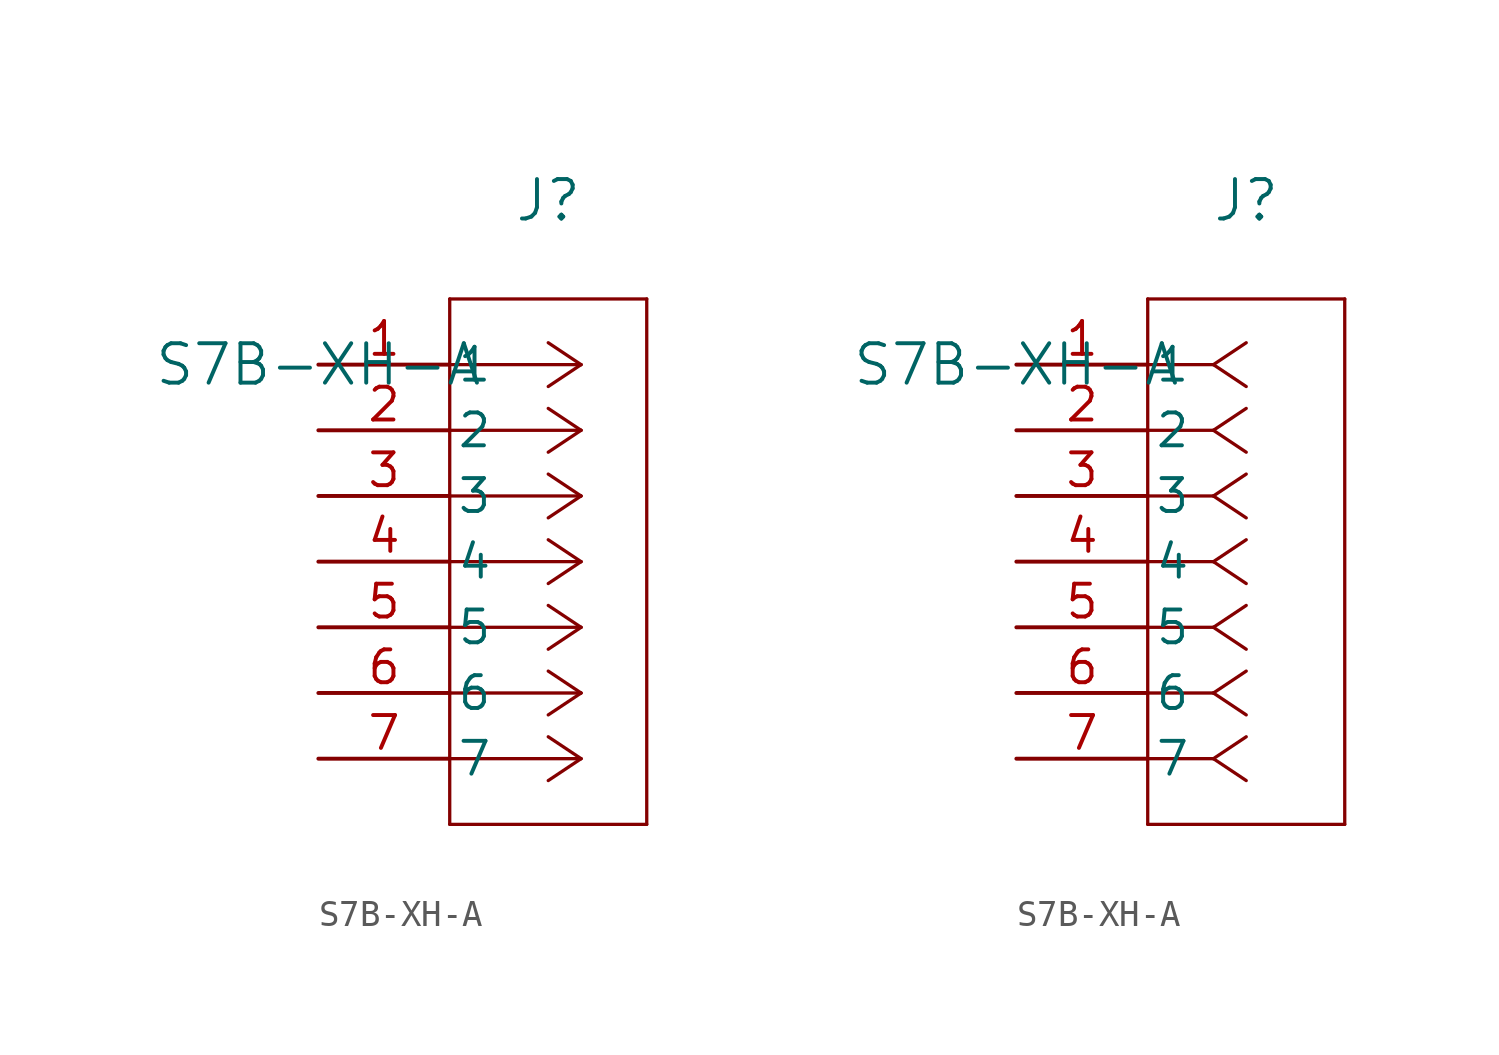
<source format=kicad_sym>
(kicad_symbol_lib
  (version 20211014)
  (generator kicad_symbol_editor)
  (symbol "S7B-XH-A"
    (pin_names
      (offset 0.254))
    (property "Reference" "J"
      (at 8.89 6.35 0)
      (effects (font (size 1.524 1.524))))
    (property "Value" "S7B-XH-A"
      (at 0 0 0)
      (effects (font (size 1.524 1.524))))
    (symbol "S7B-XH-A_1_1"
      (polyline (pts (xy 10.16 0) (xy 5.08 0)) (stroke (width 0.127) (type default) (color 0 0 0 0)) (fill (type none)))
      (polyline (pts (xy 10.16 -2.54) (xy 5.08 -2.54)) (stroke (width 0.127) (type default) (color 0 0 0 0)) (fill (type none)))
      (polyline (pts (xy 10.16 -5.08) (xy 5.08 -5.08)) (stroke (width 0.127) (type default) (color 0 0 0 0)) (fill (type none)))
      (polyline (pts (xy 10.16 -7.62) (xy 5.08 -7.62)) (stroke (width 0.127) (type default) (color 0 0 0 0)) (fill (type none)))
      (polyline (pts (xy 10.16 -10.16) (xy 5.08 -10.16)) (stroke (width 0.127) (type default) (color 0 0 0 0)) (fill (type none)))
      (polyline (pts (xy 10.16 -12.7) (xy 5.08 -12.7)) (stroke (width 0.127) (type default) (color 0 0 0 0)) (fill (type none)))
      (polyline (pts (xy 10.16 -15.24) (xy 5.08 -15.24)) (stroke (width 0.127) (type default) (color 0 0 0 0)) (fill (type none)))
      (polyline (pts (xy 10.16 0) (xy 8.89 0.847)) (stroke (width 0.127) (type default) (color 0 0 0 0)) (fill (type none)))
      (polyline (pts (xy 10.16 -2.54) (xy 8.89 -1.693)) (stroke (width 0.127) (type default) (color 0 0 0 0)) (fill (type none)))
      (polyline (pts (xy 10.16 -5.08) (xy 8.89 -4.233)) (stroke (width 0.127) (type default) (color 0 0 0 0)) (fill (type none)))
      (polyline (pts (xy 10.16 -7.62) (xy 8.89 -6.773)) (stroke (width 0.127) (type default) (color 0 0 0 0)) (fill (type none)))
      (polyline (pts (xy 10.16 -10.16) (xy 8.89 -9.313)) (stroke (width 0.127) (type default) (color 0 0 0 0)) (fill (type none)))
      (polyline (pts (xy 10.16 -12.7) (xy 8.89 -11.853)) (stroke (width 0.127) (type default) (color 0 0 0 0)) (fill (type none)))
      (polyline (pts (xy 10.16 -15.24) (xy 8.89 -14.393)) (stroke (width 0.127) (type default) (color 0 0 0 0)) (fill (type none)))
      (polyline (pts (xy 10.16 0) (xy 8.89 -0.847)) (stroke (width 0.127) (type default) (color 0 0 0 0)) (fill (type none)))
      (polyline (pts (xy 10.16 -2.54) (xy 8.89 -3.387)) (stroke (width 0.127) (type default) (color 0 0 0 0)) (fill (type none)))
      (polyline (pts (xy 10.16 -5.08) (xy 8.89 -5.927)) (stroke (width 0.127) (type default) (color 0 0 0 0)) (fill (type none)))
      (polyline (pts (xy 10.16 -7.62) (xy 8.89 -8.467)) (stroke (width 0.127) (type default) (color 0 0 0 0)) (fill (type none)))
      (polyline (pts (xy 10.16 -10.16) (xy 8.89 -11.007)) (stroke (width 0.127) (type default) (color 0 0 0 0)) (fill (type none)))
      (polyline (pts (xy 10.16 -12.7) (xy 8.89 -13.547)) (stroke (width 0.127) (type default) (color 0 0 0 0)) (fill (type none)))
      (polyline (pts (xy 10.16 -15.24) (xy 8.89 -16.087)) (stroke (width 0.127) (type default) (color 0 0 0 0)) (fill (type none)))
      (polyline (pts (xy 5.08 2.54) (xy 5.08 -17.78)) (stroke (width 0.127) (type default) (color 0 0 0 0)) (fill (type none)))
      (polyline (pts (xy 5.08 -17.78) (xy 12.7 -17.78)) (stroke (width 0.127) (type default) (color 0 0 0 0)) (fill (type none)))
      (polyline (pts (xy 12.7 -17.78) (xy 12.7 2.54)) (stroke (width 0.127) (type default) (color 0 0 0 0)) (fill (type none)))
      (polyline (pts (xy 12.7 2.54) (xy 5.08 2.54)) (stroke (width 0.127) (type default) (color 0 0 0 0)) (fill (type none)))
      (pin unspecified line (at 0 0 0) (length 5.08) (name "1" (effects (font (size 1.27 1.27)))) (number "1" (effects (font (size 1.27 1.27)))))
      (pin unspecified line (at 0 -2.54 0) (length 5.08) (name "2" (effects (font (size 1.27 1.27)))) (number "2" (effects (font (size 1.27 1.27)))))
      (pin unspecified line (at 0 -5.08 0) (length 5.08) (name "3" (effects (font (size 1.27 1.27)))) (number "3" (effects (font (size 1.27 1.27)))))
      (pin unspecified line (at 0 -7.62 0) (length 5.08) (name "4" (effects (font (size 1.27 1.27)))) (number "4" (effects (font (size 1.27 1.27)))))
      (pin unspecified line (at 0 -10.16 0) (length 5.08) (name "5" (effects (font (size 1.27 1.27)))) (number "5" (effects (font (size 1.27 1.27)))))
      (pin unspecified line (at 0 -12.7 0) (length 5.08) (name "6" (effects (font (size 1.27 1.27)))) (number "6" (effects (font (size 1.27 1.27)))))
      (pin unspecified line (at 0 -15.24 0) (length 5.08) (name "7" (effects (font (size 1.27 1.27)))) (number "7" (effects (font (size 1.27 1.27))))))
    (symbol "S7B-XH-A_1_2"
      (polyline (pts (xy 7.62 0) (xy 5.08 0)) (stroke (width 0.127) (type default) (color 0 0 0 0)) (fill (type none)))
      (polyline (pts (xy 7.62 -2.54) (xy 5.08 -2.54)) (stroke (width 0.127) (type default) (color 0 0 0 0)) (fill (type none)))
      (polyline (pts (xy 7.62 -5.08) (xy 5.08 -5.08)) (stroke (width 0.127) (type default) (color 0 0 0 0)) (fill (type none)))
      (polyline (pts (xy 7.62 -7.62) (xy 5.08 -7.62)) (stroke (width 0.127) (type default) (color 0 0 0 0)) (fill (type none)))
      (polyline (pts (xy 7.62 -10.16) (xy 5.08 -10.16)) (stroke (width 0.127) (type default) (color 0 0 0 0)) (fill (type none)))
      (polyline (pts (xy 7.62 -12.7) (xy 5.08 -12.7)) (stroke (width 0.127) (type default) (color 0 0 0 0)) (fill (type none)))
      (polyline (pts (xy 7.62 -15.24) (xy 5.08 -15.24)) (stroke (width 0.127) (type default) (color 0 0 0 0)) (fill (type none)))
      (polyline (pts (xy 7.62 0) (xy 8.89 0.847)) (stroke (width 0.127) (type default) (color 0 0 0 0)) (fill (type none)))
      (polyline (pts (xy 7.62 -2.54) (xy 8.89 -1.693)) (stroke (width 0.127) (type default) (color 0 0 0 0)) (fill (type none)))
      (polyline (pts (xy 7.62 -5.08) (xy 8.89 -4.233)) (stroke (width 0.127) (type default) (color 0 0 0 0)) (fill (type none)))
      (polyline (pts (xy 7.62 -7.62) (xy 8.89 -6.773)) (stroke (width 0.127) (type default) (color 0 0 0 0)) (fill (type none)))
      (polyline (pts (xy 7.62 -10.16) (xy 8.89 -9.313)) (stroke (width 0.127) (type default) (color 0 0 0 0)) (fill (type none)))
      (polyline (pts (xy 7.62 -12.7) (xy 8.89 -11.853)) (stroke (width 0.127) (type default) (color 0 0 0 0)) (fill (type none)))
      (polyline (pts (xy 7.62 -15.24) (xy 8.89 -14.393)) (stroke (width 0.127) (type default) (color 0 0 0 0)) (fill (type none)))
      (polyline (pts (xy 7.62 0) (xy 8.89 -0.847)) (stroke (width 0.127) (type default) (color 0 0 0 0)) (fill (type none)))
      (polyline (pts (xy 7.62 -2.54) (xy 8.89 -3.387)) (stroke (width 0.127) (type default) (color 0 0 0 0)) (fill (type none)))
      (polyline (pts (xy 7.62 -5.08) (xy 8.89 -5.927)) (stroke (width 0.127) (type default) (color 0 0 0 0)) (fill (type none)))
      (polyline (pts (xy 7.62 -7.62) (xy 8.89 -8.467)) (stroke (width 0.127) (type default) (color 0 0 0 0)) (fill (type none)))
      (polyline (pts (xy 7.62 -10.16) (xy 8.89 -11.007)) (stroke (width 0.127) (type default) (color 0 0 0 0)) (fill (type none)))
      (polyline (pts (xy 7.62 -12.7) (xy 8.89 -13.547)) (stroke (width 0.127) (type default) (color 0 0 0 0)) (fill (type none)))
      (polyline (pts (xy 7.62 -15.24) (xy 8.89 -16.087)) (stroke (width 0.127) (type default) (color 0 0 0 0)) (fill (type none)))
      (polyline (pts (xy 5.08 2.54) (xy 5.08 -17.78)) (stroke (width 0.127) (type default) (color 0 0 0 0)) (fill (type none)))
      (polyline (pts (xy 5.08 -17.78) (xy 12.7 -17.78)) (stroke (width 0.127) (type default) (color 0 0 0 0)) (fill (type none)))
      (polyline (pts (xy 12.7 -17.78) (xy 12.7 2.54)) (stroke (width 0.127) (type default) (color 0 0 0 0)) (fill (type none)))
      (polyline (pts (xy 12.7 2.54) (xy 5.08 2.54)) (stroke (width 0.127) (type default) (color 0 0 0 0)) (fill (type none)))
      (pin unspecified line (at 0 0 0) (length 5.08) (name "1" (effects (font (size 1.27 1.27)))) (number "1" (effects (font (size 1.27 1.27)))))
      (pin unspecified line (at 0 -2.54 0) (length 5.08) (name "2" (effects (font (size 1.27 1.27)))) (number "2" (effects (font (size 1.27 1.27)))))
      (pin unspecified line (at 0 -5.08 0) (length 5.08) (name "3" (effects (font (size 1.27 1.27)))) (number "3" (effects (font (size 1.27 1.27)))))
      (pin unspecified line (at 0 -7.62 0) (length 5.08) (name "4" (effects (font (size 1.27 1.27)))) (number "4" (effects (font (size 1.27 1.27)))))
      (pin unspecified line (at 0 -10.16 0) (length 5.08) (name "5" (effects (font (size 1.27 1.27)))) (number "5" (effects (font (size 1.27 1.27)))))
      (pin unspecified line (at 0 -12.7 0) (length 5.08) (name "6" (effects (font (size 1.27 1.27)))) (number "6" (effects (font (size 1.27 1.27)))))
      (pin unspecified line (at 0 -15.24 0) (length 5.08) (name "7" (effects (font (size 1.27 1.27)))) (number "7" (effects (font (size 1.27 1.27))))))))
</source>
